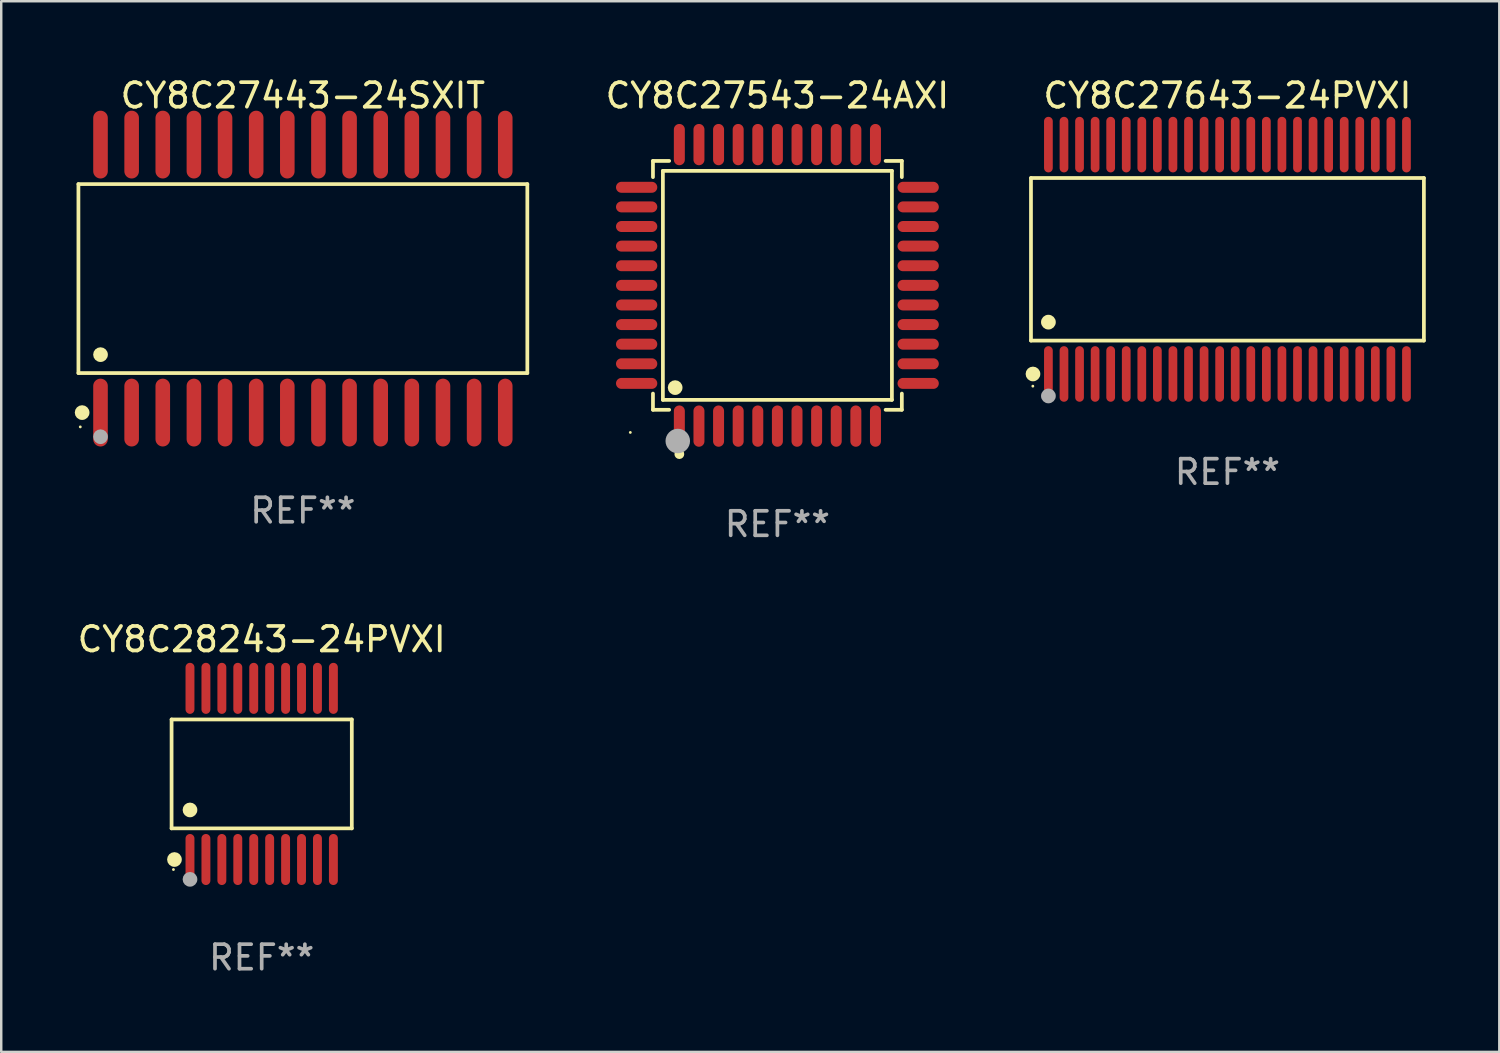
<source format=kicad_pcb>
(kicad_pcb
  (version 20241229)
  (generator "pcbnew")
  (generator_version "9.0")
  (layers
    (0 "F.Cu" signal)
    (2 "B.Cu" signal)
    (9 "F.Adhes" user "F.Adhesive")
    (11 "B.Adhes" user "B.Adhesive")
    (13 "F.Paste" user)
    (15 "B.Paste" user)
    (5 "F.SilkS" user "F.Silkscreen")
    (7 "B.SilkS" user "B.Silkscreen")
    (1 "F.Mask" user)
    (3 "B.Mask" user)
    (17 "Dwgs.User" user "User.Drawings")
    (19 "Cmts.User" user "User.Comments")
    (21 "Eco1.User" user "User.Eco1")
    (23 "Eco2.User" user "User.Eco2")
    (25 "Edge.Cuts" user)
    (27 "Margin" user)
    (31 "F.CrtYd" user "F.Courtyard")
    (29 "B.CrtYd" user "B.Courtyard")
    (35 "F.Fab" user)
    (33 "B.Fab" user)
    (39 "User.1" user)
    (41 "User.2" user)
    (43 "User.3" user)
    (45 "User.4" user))
  (footprint "CY8C28243-24PVXI"
    (layer "F.Cu")
    (at 7.625 28.52)
    (property "Reference" "CY8C28243-24PVXI" (at 0 -5.491 0) (layer "F.SilkS") (effects (font (size 1 1) (thickness 0.15))))
    (attr through_hole)
    (fp_line (start -3.676 -2.221) (end 3.676 -2.221) (stroke (width 0.152) (type solid)) (layer "F.SilkS"))
    (fp_line (start -3.676 2.221) (end -3.676 -2.221) (stroke (width 0.152) (type solid)) (layer "F.SilkS"))
    (fp_line (start 3.676 -2.221) (end 3.676 2.221) (stroke (width 0.152) (type solid)) (layer "F.SilkS"))
    (fp_line (start 3.676 2.221) (end -3.676 2.221) (stroke (width 0.152) (type solid)) (layer "F.SilkS"))
    (fp_circle (center -3.6 3.9) (end -3.57 3.9) (stroke (width 0.06) (type solid)) (fill no) (layer "F.SilkS"))
    (fp_circle (center -3.559 3.491) (end -3.409 3.491) (stroke (width 0.3) (type solid)) (fill no) (layer "F.SilkS"))
    (fp_circle (center -2.925 1.469) (end -2.775 1.469) (stroke (width 0.3) (type solid)) (fill no) (layer "F.SilkS"))
    (fp_circle (center -2.925 4.3) (end -2.775 4.3) (stroke (width 0.3) (type solid)) (fill no) (layer "F.Fab"))
    (fp_text user "REF**" (at 0 7.491 0) (layer "F.Fab") (effects (font (size 1 1) (thickness 0.15))))
    (pad "1" smd oval (at -2.925 3.491) (size 0.364 2.082) (layers "F.Cu" "F.Mask" "F.Paste"))
    (pad "2" smd oval (at -2.275 3.491) (size 0.364 2.082) (layers "F.Cu" "F.Mask" "F.Paste"))
    (pad "3" smd oval (at -1.625 3.491) (size 0.364 2.082) (layers "F.Cu" "F.Mask" "F.Paste"))
    (pad "4" smd oval (at -0.975 3.491) (size 0.364 2.082) (layers "F.Cu" "F.Mask" "F.Paste"))
    (pad "5" smd oval (at -0.325 3.491) (size 0.364 2.082) (layers "F.Cu" "F.Mask" "F.Paste"))
    (pad "6" smd oval (at 0.325 3.491) (size 0.364 2.082) (layers "F.Cu" "F.Mask" "F.Paste"))
    (pad "7" smd oval (at 0.975 3.491) (size 0.364 2.082) (layers "F.Cu" "F.Mask" "F.Paste"))
    (pad "8" smd oval (at 1.625 3.491) (size 0.364 2.082) (layers "F.Cu" "F.Mask" "F.Paste"))
    (pad "9" smd oval (at 2.275 3.491) (size 0.364 2.082) (layers "F.Cu" "F.Mask" "F.Paste"))
    (pad "10" smd oval (at 2.925 3.491) (size 0.364 2.082) (layers "F.Cu" "F.Mask" "F.Paste"))
    (pad "11" smd oval (at 2.925 -3.491) (size 0.364 2.082) (layers "F.Cu" "F.Mask" "F.Paste"))
    (pad "12" smd oval (at 2.275 -3.491) (size 0.364 2.082) (layers "F.Cu" "F.Mask" "F.Paste"))
    (pad "13" smd oval (at 1.625 -3.491) (size 0.364 2.082) (layers "F.Cu" "F.Mask" "F.Paste"))
    (pad "14" smd oval (at 0.975 -3.491) (size 0.364 2.082) (layers "F.Cu" "F.Mask" "F.Paste"))
    (pad "15" smd oval (at 0.325 -3.491) (size 0.364 2.082) (layers "F.Cu" "F.Mask" "F.Paste"))
    (pad "16" smd oval (at -0.325 -3.491) (size 0.364 2.082) (layers "F.Cu" "F.Mask" "F.Paste"))
    (pad "17" smd oval (at -0.975 -3.491) (size 0.364 2.082) (layers "F.Cu" "F.Mask" "F.Paste"))
    (pad "18" smd oval (at -1.625 -3.491) (size 0.364 2.082) (layers "F.Cu" "F.Mask" "F.Paste"))
    (pad "19" smd oval (at -2.275 -3.491) (size 0.364 2.082) (layers "F.Cu" "F.Mask" "F.Paste"))
    (pad "20" smd oval (at -2.925 -3.491) (size 0.364 2.082) (layers "F.Cu" "F.Mask" "F.Paste")))
  (footprint "CY8C27643-24PVXI"
    (layer "F.Cu")
    (at 47.02 7.527)
    (property "Reference" "CY8C27643-24PVXI" (at 0 -6.678 0) (layer "F.SilkS") (effects (font (size 1 1) (thickness 0.15))))
    (attr through_hole)
    (fp_line (start -8.014 -3.316) (end 8.014 -3.316) (stroke (width 0.152) (type solid)) (layer "F.SilkS"))
    (fp_line (start -8.014 3.316) (end -8.014 -3.316) (stroke (width 0.152) (type solid)) (layer "F.SilkS"))
    (fp_line (start 8.014 -3.316) (end 8.014 3.316) (stroke (width 0.152) (type solid)) (layer "F.SilkS"))
    (fp_line (start 8.014 3.316) (end -8.014 3.316) (stroke (width 0.152) (type solid)) (layer "F.SilkS"))
    (fp_circle (center -7.938 5.175) (end -7.908 5.175) (stroke (width 0.06) (type solid)) (fill no) (layer "F.SilkS"))
    (fp_circle (center -7.933 4.678) (end -7.783 4.678) (stroke (width 0.3) (type solid)) (fill no) (layer "F.SilkS"))
    (fp_circle (center -7.303 2.564) (end -7.152 2.564) (stroke (width 0.3) (type solid)) (fill no) (layer "F.SilkS"))
    (fp_circle (center -7.303 5.575) (end -7.152 5.575) (stroke (width 0.3) (type solid)) (fill no) (layer "F.Fab"))
    (fp_text user "REF**" (at 0 8.678 0) (layer "F.Fab") (effects (font (size 1 1) (thickness 0.15))))
    (pad "1" smd oval (at -7.303 4.678) (size 0.356 2.267) (layers "F.Cu" "F.Mask" "F.Paste"))
    (pad "2" smd oval (at -6.668 4.678) (size 0.356 2.267) (layers "F.Cu" "F.Mask" "F.Paste"))
    (pad "3" smd oval (at -6.033 4.678) (size 0.356 2.267) (layers "F.Cu" "F.Mask" "F.Paste"))
    (pad "4" smd oval (at -5.398 4.678) (size 0.356 2.267) (layers "F.Cu" "F.Mask" "F.Paste"))
    (pad "5" smd oval (at -4.763 4.678) (size 0.356 2.267) (layers "F.Cu" "F.Mask" "F.Paste"))
    (pad "6" smd oval (at -4.128 4.678) (size 0.356 2.267) (layers "F.Cu" "F.Mask" "F.Paste"))
    (pad "7" smd oval (at -3.493 4.678) (size 0.356 2.267) (layers "F.Cu" "F.Mask" "F.Paste"))
    (pad "8" smd oval (at -2.858 4.678) (size 0.356 2.267) (layers "F.Cu" "F.Mask" "F.Paste"))
    (pad "9" smd oval (at -2.223 4.678) (size 0.356 2.267) (layers "F.Cu" "F.Mask" "F.Paste"))
    (pad "10" smd oval (at -1.588 4.678) (size 0.356 2.267) (layers "F.Cu" "F.Mask" "F.Paste"))
    (pad "11" smd oval (at -0.953 4.678) (size 0.356 2.267) (layers "F.Cu" "F.Mask" "F.Paste"))
    (pad "12" smd oval (at -0.318 4.678) (size 0.356 2.267) (layers "F.Cu" "F.Mask" "F.Paste"))
    (pad "13" smd oval (at 0.318 4.678) (size 0.356 2.267) (layers "F.Cu" "F.Mask" "F.Paste"))
    (pad "14" smd oval (at 0.953 4.678) (size 0.356 2.267) (layers "F.Cu" "F.Mask" "F.Paste"))
    (pad "15" smd oval (at 1.588 4.678) (size 0.356 2.267) (layers "F.Cu" "F.Mask" "F.Paste"))
    (pad "16" smd oval (at 2.223 4.678) (size 0.356 2.267) (layers "F.Cu" "F.Mask" "F.Paste"))
    (pad "17" smd oval (at 2.858 4.678) (size 0.356 2.267) (layers "F.Cu" "F.Mask" "F.Paste"))
    (pad "18" smd oval (at 3.493 4.678) (size 0.356 2.267) (layers "F.Cu" "F.Mask" "F.Paste"))
    (pad "19" smd oval (at 4.128 4.678) (size 0.356 2.267) (layers "F.Cu" "F.Mask" "F.Paste"))
    (pad "20" smd oval (at 4.763 4.678) (size 0.356 2.267) (layers "F.Cu" "F.Mask" "F.Paste"))
    (pad "21" smd oval (at 5.398 4.678) (size 0.356 2.267) (layers "F.Cu" "F.Mask" "F.Paste"))
    (pad "22" smd oval (at 6.033 4.678) (size 0.356 2.267) (layers "F.Cu" "F.Mask" "F.Paste"))
    (pad "23" smd oval (at 6.668 4.678) (size 0.356 2.267) (layers "F.Cu" "F.Mask" "F.Paste"))
    (pad "24" smd oval (at 7.303 4.678) (size 0.356 2.267) (layers "F.Cu" "F.Mask" "F.Paste"))
    (pad "25" smd oval (at 7.303 -4.678) (size 0.356 2.267) (layers "F.Cu" "F.Mask" "F.Paste"))
    (pad "26" smd oval (at 6.668 -4.678) (size 0.356 2.267) (layers "F.Cu" "F.Mask" "F.Paste"))
    (pad "27" smd oval (at 6.033 -4.678) (size 0.356 2.267) (layers "F.Cu" "F.Mask" "F.Paste"))
    (pad "28" smd oval (at 5.398 -4.678) (size 0.356 2.267) (layers "F.Cu" "F.Mask" "F.Paste"))
    (pad "29" smd oval (at 4.763 -4.678) (size 0.356 2.267) (layers "F.Cu" "F.Mask" "F.Paste"))
    (pad "30" smd oval (at 4.128 -4.678) (size 0.356 2.267) (layers "F.Cu" "F.Mask" "F.Paste"))
    (pad "31" smd oval (at 3.493 -4.678) (size 0.356 2.267) (layers "F.Cu" "F.Mask" "F.Paste"))
    (pad "32" smd oval (at 2.858 -4.678) (size 0.356 2.267) (layers "F.Cu" "F.Mask" "F.Paste"))
    (pad "33" smd oval (at 2.223 -4.678) (size 0.356 2.267) (layers "F.Cu" "F.Mask" "F.Paste"))
    (pad "34" smd oval (at 1.588 -4.678) (size 0.356 2.267) (layers "F.Cu" "F.Mask" "F.Paste"))
    (pad "35" smd oval (at 0.953 -4.678) (size 0.356 2.267) (layers "F.Cu" "F.Mask" "F.Paste"))
    (pad "36" smd oval (at 0.318 -4.678) (size 0.356 2.267) (layers "F.Cu" "F.Mask" "F.Paste"))
    (pad "37" smd oval (at -0.318 -4.678) (size 0.356 2.267) (layers "F.Cu" "F.Mask" "F.Paste"))
    (pad "38" smd oval (at -0.953 -4.678) (size 0.356 2.267) (layers "F.Cu" "F.Mask" "F.Paste"))
    (pad "39" smd oval (at -1.588 -4.678) (size 0.356 2.267) (layers "F.Cu" "F.Mask" "F.Paste"))
    (pad "40" smd oval (at -2.223 -4.678) (size 0.356 2.267) (layers "F.Cu" "F.Mask" "F.Paste"))
    (pad "41" smd oval (at -2.858 -4.678) (size 0.356 2.267) (layers "F.Cu" "F.Mask" "F.Paste"))
    (pad "42" smd oval (at -3.493 -4.678) (size 0.356 2.267) (layers "F.Cu" "F.Mask" "F.Paste"))
    (pad "43" smd oval (at -4.128 -4.678) (size 0.356 2.267) (layers "F.Cu" "F.Mask" "F.Paste"))
    (pad "44" smd oval (at -4.763 -4.678) (size 0.356 2.267) (layers "F.Cu" "F.Mask" "F.Paste"))
    (pad "45" smd oval (at -5.398 -4.678) (size 0.356 2.267) (layers "F.Cu" "F.Mask" "F.Paste"))
    (pad "46" smd oval (at -6.033 -4.678) (size 0.356 2.267) (layers "F.Cu" "F.Mask" "F.Paste"))
    (pad "47" smd oval (at -6.668 -4.678) (size 0.356 2.267) (layers "F.Cu" "F.Mask" "F.Paste"))
    (pad "48" smd oval (at -7.303 -4.678) (size 0.356 2.267) (layers "F.Cu" "F.Mask" "F.Paste")))
  (footprint "CY8C27543-24AXI"
    (layer "F.Cu")
    (at 28.662 8.59)
    (property "Reference" "CY8C27543-24AXI" (at 0 -7.742 0) (layer "F.SilkS") (effects (font (size 1 1) (thickness 0.15))))
    (attr through_hole)
    (fp_line (start -5.076 -5.076) (end -4.415 -5.076) (stroke (width 0.152) (type solid)) (layer "F.SilkS"))
    (fp_line (start -5.076 -4.415) (end -5.076 -5.076) (stroke (width 0.152) (type solid)) (layer "F.SilkS"))
    (fp_line (start -5.076 4.415) (end -5.076 5.076) (stroke (width 0.152) (type solid)) (layer "F.SilkS"))
    (fp_line (start -5.076 5.076) (end -4.415 5.076) (stroke (width 0.152) (type solid)) (layer "F.SilkS"))
    (fp_line (start -4.671 -4.671) (end 4.671 -4.671) (stroke (width 0.152) (type solid)) (layer "F.SilkS"))
    (fp_line (start -4.671 4.671) (end -4.671 -4.671) (stroke (width 0.152) (type solid)) (layer "F.SilkS"))
    (fp_line (start 4.671 -4.671) (end 4.671 4.671) (stroke (width 0.152) (type solid)) (layer "F.SilkS"))
    (fp_line (start 4.671 4.671) (end -4.671 4.671) (stroke (width 0.152) (type solid)) (layer "F.SilkS"))
    (fp_line (start 5.076 -5.076) (end 4.415 -5.076) (stroke (width 0.152) (type solid)) (layer "F.SilkS"))
    (fp_line (start 5.076 -4.415) (end 5.076 -5.076) (stroke (width 0.152) (type solid)) (layer "F.SilkS"))
    (fp_line (start 5.076 4.415) (end 5.076 5.076) (stroke (width 0.152) (type solid)) (layer "F.SilkS"))
    (fp_line (start 5.076 5.076) (end 4.415 5.076) (stroke (width 0.152) (type solid)) (layer "F.SilkS"))
    (fp_circle (center -6 6) (end -5.97 6) (stroke (width 0.06) (type solid)) (fill no) (layer "F.SilkS"))
    (fp_circle (center -4.171 4.171) (end -4.021 4.171) (stroke (width 0.3) (type solid)) (fill no) (layer "F.SilkS"))
    (fp_circle (center -4 6.884) (end -3.9 6.884) (stroke (width 0.2) (type solid)) (fill no) (layer "F.SilkS"))
    (fp_circle (center -4.064 6.35) (end -3.814 6.35) (stroke (width 0.5) (type solid)) (fill no) (layer "F.Fab"))
    (fp_text user "REF**" (at 0 9.742 0) (layer "F.Fab") (effects (font (size 1 1) (thickness 0.15))))
    (pad "1" smd oval (at -4 5.742) (size 0.448 1.684) (layers "F.Cu" "F.Mask" "F.Paste"))
    (pad "2" smd oval (at -3.2 5.742) (size 0.448 1.684) (layers "F.Cu" "F.Mask" "F.Paste"))
    (pad "3" smd oval (at -2.4 5.742) (size 0.448 1.684) (layers "F.Cu" "F.Mask" "F.Paste"))
    (pad "4" smd oval (at -1.6 5.742) (size 0.448 1.684) (layers "F.Cu" "F.Mask" "F.Paste"))
    (pad "5" smd oval (at -0.8 5.742) (size 0.448 1.684) (layers "F.Cu" "F.Mask" "F.Paste"))
    (pad "6" smd oval (at 0 5.742) (size 0.448 1.684) (layers "F.Cu" "F.Mask" "F.Paste"))
    (pad "7" smd oval (at 0.8 5.742) (size 0.448 1.684) (layers "F.Cu" "F.Mask" "F.Paste"))
    (pad "8" smd oval (at 1.6 5.742) (size 0.448 1.684) (layers "F.Cu" "F.Mask" "F.Paste"))
    (pad "9" smd oval (at 2.4 5.742) (size 0.448 1.684) (layers "F.Cu" "F.Mask" "F.Paste"))
    (pad "10" smd oval (at 3.2 5.742) (size 0.448 1.684) (layers "F.Cu" "F.Mask" "F.Paste"))
    (pad "11" smd oval (at 4 5.742) (size 0.448 1.684) (layers "F.Cu" "F.Mask" "F.Paste"))
    (pad "12" smd oval (at 5.742 4) (size 1.684 0.448) (layers "F.Cu" "F.Mask" "F.Paste"))
    (pad "13" smd oval (at 5.742 3.2) (size 1.684 0.448) (layers "F.Cu" "F.Mask" "F.Paste"))
    (pad "14" smd oval (at 5.742 2.4) (size 1.684 0.448) (layers "F.Cu" "F.Mask" "F.Paste"))
    (pad "15" smd oval (at 5.742 1.6) (size 1.684 0.448) (layers "F.Cu" "F.Mask" "F.Paste"))
    (pad "16" smd oval (at 5.742 0.8) (size 1.684 0.448) (layers "F.Cu" "F.Mask" "F.Paste"))
    (pad "17" smd oval (at 5.742 0) (size 1.684 0.448) (layers "F.Cu" "F.Mask" "F.Paste"))
    (pad "18" smd oval (at 5.742 -0.8) (size 1.684 0.448) (layers "F.Cu" "F.Mask" "F.Paste"))
    (pad "19" smd oval (at 5.742 -1.6) (size 1.684 0.448) (layers "F.Cu" "F.Mask" "F.Paste"))
    (pad "20" smd oval (at 5.742 -2.4) (size 1.684 0.448) (layers "F.Cu" "F.Mask" "F.Paste"))
    (pad "21" smd oval (at 5.742 -3.2) (size 1.684 0.448) (layers "F.Cu" "F.Mask" "F.Paste"))
    (pad "22" smd oval (at 5.742 -4) (size 1.684 0.448) (layers "F.Cu" "F.Mask" "F.Paste"))
    (pad "23" smd oval (at 4 -5.742) (size 0.448 1.684) (layers "F.Cu" "F.Mask" "F.Paste"))
    (pad "24" smd oval (at 3.2 -5.742) (size 0.448 1.684) (layers "F.Cu" "F.Mask" "F.Paste"))
    (pad "25" smd oval (at 2.4 -5.742) (size 0.448 1.684) (layers "F.Cu" "F.Mask" "F.Paste"))
    (pad "26" smd oval (at 1.6 -5.742) (size 0.448 1.684) (layers "F.Cu" "F.Mask" "F.Paste"))
    (pad "27" smd oval (at 0.8 -5.742) (size 0.448 1.684) (layers "F.Cu" "F.Mask" "F.Paste"))
    (pad "28" smd oval (at 0 -5.742) (size 0.448 1.684) (layers "F.Cu" "F.Mask" "F.Paste"))
    (pad "29" smd oval (at -0.8 -5.742) (size 0.448 1.684) (layers "F.Cu" "F.Mask" "F.Paste"))
    (pad "30" smd oval (at -1.6 -5.742) (size 0.448 1.684) (layers "F.Cu" "F.Mask" "F.Paste"))
    (pad "31" smd oval (at -2.4 -5.742) (size 0.448 1.684) (layers "F.Cu" "F.Mask" "F.Paste"))
    (pad "32" smd oval (at -3.2 -5.742) (size 0.448 1.684) (layers "F.Cu" "F.Mask" "F.Paste"))
    (pad "33" smd oval (at -4 -5.742) (size 0.448 1.684) (layers "F.Cu" "F.Mask" "F.Paste"))
    (pad "34" smd oval (at -5.742 -4) (size 1.684 0.448) (layers "F.Cu" "F.Mask" "F.Paste"))
    (pad "35" smd oval (at -5.742 -3.2) (size 1.684 0.448) (layers "F.Cu" "F.Mask" "F.Paste"))
    (pad "36" smd oval (at -5.742 -2.4) (size 1.684 0.448) (layers "F.Cu" "F.Mask" "F.Paste"))
    (pad "37" smd oval (at -5.742 -1.6) (size 1.684 0.448) (layers "F.Cu" "F.Mask" "F.Paste"))
    (pad "38" smd oval (at -5.742 -0.8) (size 1.684 0.448) (layers "F.Cu" "F.Mask" "F.Paste"))
    (pad "39" smd oval (at -5.742 0) (size 1.684 0.448) (layers "F.Cu" "F.Mask" "F.Paste"))
    (pad "40" smd oval (at -5.742 0.8) (size 1.684 0.448) (layers "F.Cu" "F.Mask" "F.Paste"))
    (pad "41" smd oval (at -5.742 1.6) (size 1.684 0.448) (layers "F.Cu" "F.Mask" "F.Paste"))
    (pad "42" smd oval (at -5.742 2.4) (size 1.684 0.448) (layers "F.Cu" "F.Mask" "F.Paste"))
    (pad "43" smd oval (at -5.742 3.2) (size 1.684 0.448) (layers "F.Cu" "F.Mask" "F.Paste"))
    (pad "44" smd oval (at -5.742 4) (size 1.684 0.448) (layers "F.Cu" "F.Mask" "F.Paste")))
  (footprint "CY8C27443-24SXIT"
    (layer "F.Cu")
    (at 9.305 8.314)
    (property "Reference" "CY8C27443-24SXIT" (at 0 -7.466 0) (layer "F.SilkS") (effects (font (size 1 1) (thickness 0.15))))
    (attr through_hole)
    (fp_line (start -9.156 -3.854) (end 9.156 -3.854) (stroke (width 0.152) (type solid)) (layer "F.SilkS"))
    (fp_line (start -9.156 3.854) (end -9.156 -3.854) (stroke (width 0.152) (type solid)) (layer "F.SilkS"))
    (fp_line (start 9.156 -3.854) (end 9.156 3.854) (stroke (width 0.152) (type solid)) (layer "F.SilkS"))
    (fp_line (start 9.156 3.854) (end -9.156 3.854) (stroke (width 0.152) (type solid)) (layer "F.SilkS"))
    (fp_circle (center -9.08 6.05) (end -9.05 6.05) (stroke (width 0.06) (type solid)) (fill no) (layer "F.SilkS"))
    (fp_circle (center -9.005 5.466) (end -8.855 5.466) (stroke (width 0.3) (type solid)) (fill no) (layer "F.SilkS"))
    (fp_circle (center -8.255 3.102) (end -8.105 3.102) (stroke (width 0.3) (type solid)) (fill no) (layer "F.SilkS"))
    (fp_circle (center -8.255 6.45) (end -8.105 6.45) (stroke (width 0.3) (type solid)) (fill no) (layer "F.Fab"))
    (fp_text user "REF**" (at 0 9.466 0) (layer "F.Fab") (effects (font (size 1 1) (thickness 0.15))))
    (pad "1" smd oval (at -8.255 5.466) (size 0.595 2.766) (layers "F.Cu" "F.Mask" "F.Paste"))
    (pad "2" smd oval (at -6.985 5.466) (size 0.595 2.766) (layers "F.Cu" "F.Mask" "F.Paste"))
    (pad "3" smd oval (at -5.715 5.466) (size 0.595 2.766) (layers "F.Cu" "F.Mask" "F.Paste"))
    (pad "4" smd oval (at -4.445 5.466) (size 0.595 2.766) (layers "F.Cu" "F.Mask" "F.Paste"))
    (pad "5" smd oval (at -3.175 5.466) (size 0.595 2.766) (layers "F.Cu" "F.Mask" "F.Paste"))
    (pad "6" smd oval (at -1.905 5.466) (size 0.595 2.766) (layers "F.Cu" "F.Mask" "F.Paste"))
    (pad "7" smd oval (at -0.635 5.466) (size 0.595 2.766) (layers "F.Cu" "F.Mask" "F.Paste"))
    (pad "8" smd oval (at 0.635 5.466) (size 0.595 2.766) (layers "F.Cu" "F.Mask" "F.Paste"))
    (pad "9" smd oval (at 1.905 5.466) (size 0.595 2.766) (layers "F.Cu" "F.Mask" "F.Paste"))
    (pad "10" smd oval (at 3.175 5.466) (size 0.595 2.766) (layers "F.Cu" "F.Mask" "F.Paste"))
    (pad "11" smd oval (at 4.445 5.466) (size 0.595 2.766) (layers "F.Cu" "F.Mask" "F.Paste"))
    (pad "12" smd oval (at 5.715 5.466) (size 0.595 2.766) (layers "F.Cu" "F.Mask" "F.Paste"))
    (pad "13" smd oval (at 6.985 5.466) (size 0.595 2.766) (layers "F.Cu" "F.Mask" "F.Paste"))
    (pad "14" smd oval (at 8.255 5.466) (size 0.595 2.766) (layers "F.Cu" "F.Mask" "F.Paste"))
    (pad "15" smd oval (at 8.255 -5.466) (size 0.595 2.766) (layers "F.Cu" "F.Mask" "F.Paste"))
    (pad "16" smd oval (at 6.985 -5.466) (size 0.595 2.766) (layers "F.Cu" "F.Mask" "F.Paste"))
    (pad "17" smd oval (at 5.715 -5.466) (size 0.595 2.766) (layers "F.Cu" "F.Mask" "F.Paste"))
    (pad "18" smd oval (at 4.445 -5.466) (size 0.595 2.766) (layers "F.Cu" "F.Mask" "F.Paste"))
    (pad "19" smd oval (at 3.175 -5.466) (size 0.595 2.766) (layers "F.Cu" "F.Mask" "F.Paste"))
    (pad "20" smd oval (at 1.905 -5.466) (size 0.595 2.766) (layers "F.Cu" "F.Mask" "F.Paste"))
    (pad "21" smd oval (at 0.635 -5.466) (size 0.595 2.766) (layers "F.Cu" "F.Mask" "F.Paste"))
    (pad "22" smd oval (at -0.635 -5.466) (size 0.595 2.766) (layers "F.Cu" "F.Mask" "F.Paste"))
    (pad "23" smd oval (at -1.905 -5.466) (size 0.595 2.766) (layers "F.Cu" "F.Mask" "F.Paste"))
    (pad "24" smd oval (at -3.175 -5.466) (size 0.595 2.766) (layers "F.Cu" "F.Mask" "F.Paste"))
    (pad "25" smd oval (at -4.445 -5.466) (size 0.595 2.766) (layers "F.Cu" "F.Mask" "F.Paste"))
    (pad "26" smd oval (at -5.715 -5.466) (size 0.595 2.766) (layers "F.Cu" "F.Mask" "F.Paste"))
    (pad "27" smd oval (at -6.985 -5.466) (size 0.595 2.766) (layers "F.Cu" "F.Mask" "F.Paste"))
    (pad "28" smd oval (at -8.255 -5.466) (size 0.595 2.766) (layers "F.Cu" "F.Mask" "F.Paste")))
  (gr_rect
    (start -3 -3)
    (end 58.11 39.859)
    (stroke (width 0.1) (type default))
    (fill no)
    (layer "Edge.Cuts")))
</source>
